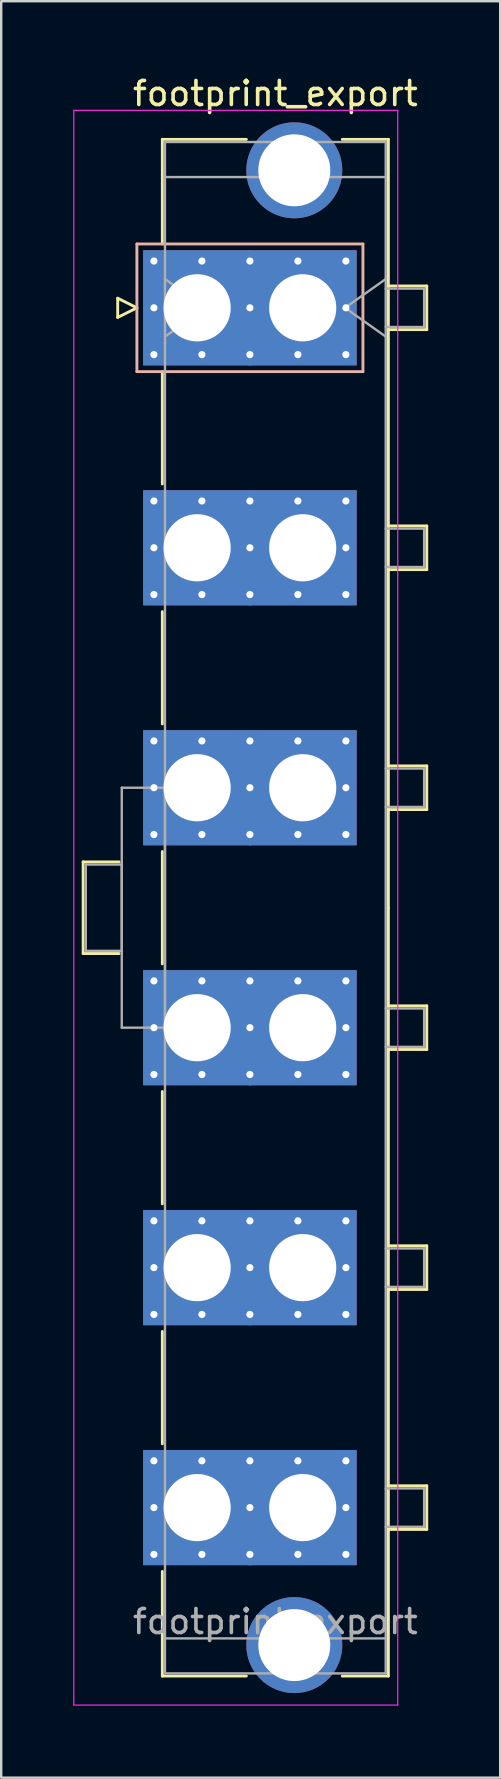
<source format=kicad_pcb>
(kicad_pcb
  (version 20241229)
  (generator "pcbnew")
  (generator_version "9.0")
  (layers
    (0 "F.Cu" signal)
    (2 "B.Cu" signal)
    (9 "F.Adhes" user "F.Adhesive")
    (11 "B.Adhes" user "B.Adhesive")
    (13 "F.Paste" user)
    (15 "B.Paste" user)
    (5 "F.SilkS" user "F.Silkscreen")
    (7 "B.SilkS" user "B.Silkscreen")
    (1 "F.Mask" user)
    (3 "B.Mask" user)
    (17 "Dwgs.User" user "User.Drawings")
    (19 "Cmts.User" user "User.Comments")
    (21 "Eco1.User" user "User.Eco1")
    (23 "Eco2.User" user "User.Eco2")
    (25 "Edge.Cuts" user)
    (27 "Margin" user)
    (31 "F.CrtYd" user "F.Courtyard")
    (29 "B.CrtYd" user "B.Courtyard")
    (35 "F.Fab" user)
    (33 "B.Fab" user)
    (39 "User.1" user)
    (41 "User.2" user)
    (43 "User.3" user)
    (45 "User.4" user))
  (footprint "footprint_export"
    (layer "F.Cu")
    (at 5.165 9.778)
    (property "Reference" "footprint_export" (at 3.26 -8.93 0) (layer "F.SilkS") (effects (font (size 1 1) (thickness 0.15))))
    (attr through_hole)
    (fp_line (start -4.75 23.09) (end -4.75 26.91) (stroke (width 0.12) (type solid)) (layer "F.SilkS"))
    (fp_line (start -4.75 26.91) (end -3.25 26.91) (stroke (width 0.12) (type solid)) (layer "F.SilkS"))
    (fp_line (start -3.31 -0.4) (end -3.31 0.4) (stroke (width 0.12) (type solid)) (layer "F.SilkS"))
    (fp_line (start -3.31 0.4) (end -2.51 0) (stroke (width 0.12) (type solid)) (layer "F.SilkS"))
    (fp_line (start -3.25 23.09) (end -4.75 23.09) (stroke (width 0.12) (type solid)) (layer "F.SilkS"))
    (fp_line (start -2.51 0) (end -3.31 -0.4) (stroke (width 0.12) (type solid)) (layer "F.SilkS"))
    (fp_line (start -1.45 -7.02) (end 2.05 -7.02) (stroke (width 0.12) (type solid)) (layer "F.SilkS"))
    (fp_line (start -1.45 -2.66) (end -1.45 -7.02) (stroke (width 0.12) (type solid)) (layer "F.SilkS"))
    (fp_line (start -1.45 2.66) (end -1.45 7.34) (stroke (width 0.12) (type solid)) (layer "F.SilkS"))
    (fp_line (start -1.45 12.66) (end -1.45 17.34) (stroke (width 0.12) (type solid)) (layer "F.SilkS"))
    (fp_line (start -1.45 22.66) (end -1.45 27.34) (stroke (width 0.12) (type solid)) (layer "F.SilkS"))
    (fp_line (start -1.45 32.66) (end -1.45 37.34) (stroke (width 0.12) (type solid)) (layer "F.SilkS"))
    (fp_line (start -1.45 42.66) (end -1.45 47.34) (stroke (width 0.12) (type solid)) (layer "F.SilkS"))
    (fp_line (start -1.45 52.66) (end -1.45 57.02) (stroke (width 0.12) (type solid)) (layer "F.SilkS"))
    (fp_line (start -1.45 57.02) (end 2.05 57.02) (stroke (width 0.12) (type solid)) (layer "F.SilkS"))
    (fp_line (start 6.05 -7.02) (end 7.97 -7.02) (stroke (width 0.12) (type solid)) (layer "F.SilkS"))
    (fp_line (start 6.05 57.02) (end 7.97 57.02) (stroke (width 0.12) (type solid)) (layer "F.SilkS"))
    (fp_line (start 7.97 -7.02) (end 7.97 25) (stroke (width 0.12) (type solid)) (layer "F.SilkS"))
    (fp_line (start 7.97 -0.91) (end 9.57 -0.91) (stroke (width 0.12) (type solid)) (layer "F.SilkS"))
    (fp_line (start 7.97 9.09) (end 9.57 9.09) (stroke (width 0.12) (type solid)) (layer "F.SilkS"))
    (fp_line (start 7.97 19.09) (end 9.57 19.09) (stroke (width 0.12) (type solid)) (layer "F.SilkS"))
    (fp_line (start 7.97 29.09) (end 9.57 29.09) (stroke (width 0.12) (type solid)) (layer "F.SilkS"))
    (fp_line (start 7.97 39.09) (end 9.57 39.09) (stroke (width 0.12) (type solid)) (layer "F.SilkS"))
    (fp_line (start 7.97 49.09) (end 9.57 49.09) (stroke (width 0.12) (type solid)) (layer "F.SilkS"))
    (fp_line (start 7.97 57.02) (end 7.97 25) (stroke (width 0.12) (type solid)) (layer "F.SilkS"))
    (fp_line (start 9.57 -0.91) (end 9.57 0.91) (stroke (width 0.12) (type solid)) (layer "F.SilkS"))
    (fp_line (start 9.57 0.91) (end 7.97 0.91) (stroke (width 0.12) (type solid)) (layer "F.SilkS"))
    (fp_line (start 9.57 9.09) (end 9.57 10.91) (stroke (width 0.12) (type solid)) (layer "F.SilkS"))
    (fp_line (start 9.57 10.91) (end 7.97 10.91) (stroke (width 0.12) (type solid)) (layer "F.SilkS"))
    (fp_line (start 9.57 19.09) (end 9.57 20.91) (stroke (width 0.12) (type solid)) (layer "F.SilkS"))
    (fp_line (start 9.57 20.91) (end 7.97 20.91) (stroke (width 0.12) (type solid)) (layer "F.SilkS"))
    (fp_line (start 9.57 29.09) (end 9.57 30.91) (stroke (width 0.12) (type solid)) (layer "F.SilkS"))
    (fp_line (start 9.57 30.91) (end 7.97 30.91) (stroke (width 0.12) (type solid)) (layer "F.SilkS"))
    (fp_line (start 9.57 39.09) (end 9.57 40.91) (stroke (width 0.12) (type solid)) (layer "F.SilkS"))
    (fp_line (start 9.57 40.91) (end 7.97 40.91) (stroke (width 0.12) (type solid)) (layer "F.SilkS"))
    (fp_line (start 9.57 49.09) (end 9.57 50.91) (stroke (width 0.12) (type solid)) (layer "F.SilkS"))
    (fp_line (start 9.57 50.91) (end 7.97 50.91) (stroke (width 0.12) (type solid)) (layer "F.SilkS"))
    (fp_line (start -2.51 -2.66) (end -2.51 2.66) (stroke (width 0.12) (type solid)) (layer "B.SilkS"))
    (fp_line (start -2.51 2.66) (end 6.91 2.66) (stroke (width 0.12) (type solid)) (layer "B.SilkS"))
    (fp_line (start 6.91 -2.66) (end -2.51 -2.66) (stroke (width 0.12) (type solid)) (layer "B.SilkS"))
    (fp_line (start 6.91 2.66) (end 6.91 -2.66) (stroke (width 0.12) (type solid)) (layer "B.SilkS"))
    (fp_line (start -5.14 -8.23) (end -5.14 58.23) (stroke (width 0.05) (type solid)) (layer "F.CrtYd"))
    (fp_line (start -5.14 58.23) (end 8.36 58.23) (stroke (width 0.05) (type solid)) (layer "F.CrtYd"))
    (fp_line (start 8.36 -8.23) (end -5.14 -8.23) (stroke (width 0.05) (type solid)) (layer "F.CrtYd"))
    (fp_line (start 8.36 58.23) (end 8.36 -8.23) (stroke (width 0.05) (type solid)) (layer "F.CrtYd"))
    (fp_line (start -4.64 23.2) (end -3.14 23.2) (stroke (width 0.1) (type solid)) (layer "F.Fab"))
    (fp_line (start -4.64 26.8) (end -4.64 23.2) (stroke (width 0.1) (type solid)) (layer "F.Fab"))
    (fp_line (start -3.14 20) (end -1.34 20) (stroke (width 0.1) (type solid)) (layer "F.Fab"))
    (fp_line (start -3.14 23.2) (end -3.14 26.8) (stroke (width 0.1) (type solid)) (layer "F.Fab"))
    (fp_line (start -3.14 26.8) (end -4.64 26.8) (stroke (width 0.1) (type solid)) (layer "F.Fab"))
    (fp_line (start -3.14 30) (end -3.14 20) (stroke (width 0.1) (type solid)) (layer "F.Fab"))
    (fp_line (start -1.34 -6.91) (end -1.34 56.91) (stroke (width 0.1) (type solid)) (layer "F.Fab"))
    (fp_line (start -1.34 -5.45) (end 7.86 -5.45) (stroke (width 0.1) (type solid)) (layer "F.Fab"))
    (fp_line (start -1.34 -1.2) (end 0.357 0) (stroke (width 0.1) (type solid)) (layer "F.Fab"))
    (fp_line (start -1.34 20) (end -1.34 30) (stroke (width 0.1) (type solid)) (layer "F.Fab"))
    (fp_line (start -1.34 30) (end -3.14 30) (stroke (width 0.1) (type solid)) (layer "F.Fab"))
    (fp_line (start -1.34 55.45) (end 7.86 55.45) (stroke (width 0.1) (type solid)) (layer "F.Fab"))
    (fp_line (start -1.34 56.91) (end 7.86 56.91) (stroke (width 0.1) (type solid)) (layer "F.Fab"))
    (fp_line (start 0.357 0) (end -1.34 1.2) (stroke (width 0.1) (type solid)) (layer "F.Fab"))
    (fp_line (start 6.163 0) (end 7.86 1.2) (stroke (width 0.1) (type solid)) (layer "F.Fab"))
    (fp_line (start 7.86 -6.91) (end -1.34 -6.91) (stroke (width 0.1) (type solid)) (layer "F.Fab"))
    (fp_line (start 7.86 -1.2) (end 6.163 0) (stroke (width 0.1) (type solid)) (layer "F.Fab"))
    (fp_line (start 7.86 -0.8) (end 9.46 -0.8) (stroke (width 0.1) (type solid)) (layer "F.Fab"))
    (fp_line (start 7.86 9.2) (end 9.46 9.2) (stroke (width 0.1) (type solid)) (layer "F.Fab"))
    (fp_line (start 7.86 19.2) (end 9.46 19.2) (stroke (width 0.1) (type solid)) (layer "F.Fab"))
    (fp_line (start 7.86 29.2) (end 9.46 29.2) (stroke (width 0.1) (type solid)) (layer "F.Fab"))
    (fp_line (start 7.86 39.2) (end 9.46 39.2) (stroke (width 0.1) (type solid)) (layer "F.Fab"))
    (fp_line (start 7.86 49.2) (end 9.46 49.2) (stroke (width 0.1) (type solid)) (layer "F.Fab"))
    (fp_line (start 7.86 56.91) (end 7.86 -6.91) (stroke (width 0.1) (type solid)) (layer "F.Fab"))
    (fp_line (start 9.46 -0.8) (end 9.46 0.8) (stroke (width 0.1) (type solid)) (layer "F.Fab"))
    (fp_line (start 9.46 0.8) (end 7.86 0.8) (stroke (width 0.1) (type solid)) (layer "F.Fab"))
    (fp_line (start 9.46 9.2) (end 9.46 10.8) (stroke (width 0.1) (type solid)) (layer "F.Fab"))
    (fp_line (start 9.46 10.8) (end 7.86 10.8) (stroke (width 0.1) (type solid)) (layer "F.Fab"))
    (fp_line (start 9.46 19.2) (end 9.46 20.8) (stroke (width 0.1) (type solid)) (layer "F.Fab"))
    (fp_line (start 9.46 20.8) (end 7.86 20.8) (stroke (width 0.1) (type solid)) (layer "F.Fab"))
    (fp_line (start 9.46 29.2) (end 9.46 30.8) (stroke (width 0.1) (type solid)) (layer "F.Fab"))
    (fp_line (start 9.46 30.8) (end 7.86 30.8) (stroke (width 0.1) (type solid)) (layer "F.Fab"))
    (fp_line (start 9.46 39.2) (end 9.46 40.8) (stroke (width 0.1) (type solid)) (layer "F.Fab"))
    (fp_line (start 9.46 40.8) (end 7.86 40.8) (stroke (width 0.1) (type solid)) (layer "F.Fab"))
    (fp_line (start 9.46 49.2) (end 9.46 50.8) (stroke (width 0.1) (type solid)) (layer "F.Fab"))
    (fp_line (start 9.46 50.8) (end 7.86 50.8) (stroke (width 0.1) (type solid)) (layer "F.Fab"))
    (fp_text user "${REFERENCE}" (at 3.26 54.75 0) (layer "F.Fab") (effects (font (size 1 1) (thickness 0.15))))
    (pad "" thru_hole circle (at 4.05 -5.73) (size 4 4) (drill 3) (layers "*.Cu" "*.Mask"))
    (pad "" thru_hole circle (at 4.05 55.73) (size 4 4) (drill 3) (layers "*.Cu" "*.Mask"))
    (pad "1" thru_hole roundrect (at -1.8 -1.95) (size 0.6 0.6) (drill 0.3) (layers "*.Cu" "*.Mask") (roundrect_rratio 0.25))
    (pad "1" thru_hole roundrect (at -1.8 0) (size 0.6 0.6) (drill 0.3) (layers "*.Cu" "*.Mask") (roundrect_rratio 0.25))
    (pad "1" thru_hole roundrect (at -1.8 1.95) (size 0.6 0.6) (drill 0.3) (layers "*.Cu" "*.Mask") (roundrect_rratio 0.25))
    (pad "1" thru_hole rect (at 0 0) (size 4.5 4.8) (drill 2.8) (layers "*.Cu" "*.Mask"))
    (pad "1" thru_hole roundrect (at 0.2 -1.95) (size 0.6 0.6) (drill 0.3) (layers "*.Cu" "*.Mask") (roundrect_rratio 0.25))
    (pad "1" thru_hole roundrect (at 0.2 1.95) (size 0.6 0.6) (drill 0.3) (layers "*.Cu" "*.Mask") (roundrect_rratio 0.25))
    (pad "1" thru_hole roundrect (at 2.2 -1.95) (size 0.6 0.6) (drill 0.3) (layers "*.Cu" "*.Mask") (roundrect_rratio 0.25))
    (pad "1" thru_hole roundrect (at 2.2 0) (size 0.6 0.6) (drill 0.3) (layers "*.Cu" "*.Mask") (roundrect_rratio 0.25))
    (pad "1" thru_hole roundrect (at 2.2 1.95) (size 0.6 0.6) (drill 0.3) (layers "*.Cu" "*.Mask") (roundrect_rratio 0.25))
    (pad "1" thru_hole roundrect (at 4.2 -1.95) (size 0.6 0.6) (drill 0.3) (layers "*.Cu" "*.Mask") (roundrect_rratio 0.25))
    (pad "1" thru_hole roundrect (at 4.2 1.95) (size 0.6 0.6) (drill 0.3) (layers "*.Cu" "*.Mask") (roundrect_rratio 0.25))
    (pad "1" thru_hole rect (at 4.4 0) (size 4.5 4.8) (drill 2.8) (layers "*.Cu" "*.Mask"))
    (pad "1" thru_hole roundrect (at 6.2 -1.95) (size 0.6 0.6) (drill 0.3) (layers "*.Cu" "*.Mask") (roundrect_rratio 0.25))
    (pad "1" thru_hole roundrect (at 6.2 0) (size 0.6 0.6) (drill 0.3) (layers "*.Cu" "*.Mask") (roundrect_rratio 0.25))
    (pad "1" thru_hole roundrect (at 6.2 1.95) (size 0.6 0.6) (drill 0.3) (layers "*.Cu" "*.Mask") (roundrect_rratio 0.25))
    (pad "2" thru_hole circle (at -1.8 8.05) (size 0.6 0.6) (drill 0.3) (layers "*.Cu" "*.Mask"))
    (pad "2" thru_hole circle (at -1.8 10) (size 0.6 0.6) (drill 0.3) (layers "*.Cu" "*.Mask"))
    (pad "2" thru_hole circle (at -1.8 11.95) (size 0.6 0.6) (drill 0.3) (layers "*.Cu" "*.Mask"))
    (pad "2" thru_hole rect (at 0 10) (size 4.5 4.8) (drill 2.8) (layers "*.Cu" "*.Mask"))
    (pad "2" thru_hole circle (at 0.2 8.05) (size 0.6 0.6) (drill 0.3) (layers "*.Cu" "*.Mask"))
    (pad "2" thru_hole circle (at 0.2 11.95) (size 0.6 0.6) (drill 0.3) (layers "*.Cu" "*.Mask"))
    (pad "2" thru_hole circle (at 2.2 8.05) (size 0.6 0.6) (drill 0.3) (layers "*.Cu" "*.Mask"))
    (pad "2" thru_hole circle (at 2.2 10) (size 0.6 0.6) (drill 0.3) (layers "*.Cu" "*.Mask"))
    (pad "2" thru_hole circle (at 2.2 11.95) (size 0.6 0.6) (drill 0.3) (layers "*.Cu" "*.Mask"))
    (pad "2" thru_hole circle (at 4.2 8.05) (size 0.6 0.6) (drill 0.3) (layers "*.Cu" "*.Mask"))
    (pad "2" thru_hole circle (at 4.2 11.95) (size 0.6 0.6) (drill 0.3) (layers "*.Cu" "*.Mask"))
    (pad "2" thru_hole rect (at 4.4 10) (size 4.5 4.8) (drill 2.8) (layers "*.Cu" "*.Mask"))
    (pad "2" thru_hole circle (at 6.2 8.05) (size 0.6 0.6) (drill 0.3) (layers "*.Cu" "*.Mask"))
    (pad "2" thru_hole circle (at 6.2 10) (size 0.6 0.6) (drill 0.3) (layers "*.Cu" "*.Mask"))
    (pad "2" thru_hole circle (at 6.2 11.95) (size 0.6 0.6) (drill 0.3) (layers "*.Cu" "*.Mask"))
    (pad "3" thru_hole circle (at -1.8 18.05) (size 0.6 0.6) (drill 0.3) (layers "*.Cu" "*.Mask"))
    (pad "3" thru_hole circle (at -1.8 20) (size 0.6 0.6) (drill 0.3) (layers "*.Cu" "*.Mask"))
    (pad "3" thru_hole circle (at -1.8 21.95) (size 0.6 0.6) (drill 0.3) (layers "*.Cu" "*.Mask"))
    (pad "3" thru_hole rect (at 0 20) (size 4.5 4.8) (drill 2.8) (layers "*.Cu" "*.Mask"))
    (pad "3" thru_hole circle (at 0.2 18.05) (size 0.6 0.6) (drill 0.3) (layers "*.Cu" "*.Mask"))
    (pad "3" thru_hole circle (at 0.2 21.95) (size 0.6 0.6) (drill 0.3) (layers "*.Cu" "*.Mask"))
    (pad "3" thru_hole circle (at 2.2 18.05) (size 0.6 0.6) (drill 0.3) (layers "*.Cu" "*.Mask"))
    (pad "3" thru_hole circle (at 2.2 20) (size 0.6 0.6) (drill 0.3) (layers "*.Cu" "*.Mask"))
    (pad "3" thru_hole circle (at 2.2 21.95) (size 0.6 0.6) (drill 0.3) (layers "*.Cu" "*.Mask"))
    (pad "3" thru_hole circle (at 4.2 18.05) (size 0.6 0.6) (drill 0.3) (layers "*.Cu" "*.Mask"))
    (pad "3" thru_hole circle (at 4.2 21.95) (size 0.6 0.6) (drill 0.3) (layers "*.Cu" "*.Mask"))
    (pad "3" thru_hole rect (at 4.4 20) (size 4.5 4.8) (drill 2.8) (layers "*.Cu" "*.Mask"))
    (pad "3" thru_hole circle (at 6.2 18.05) (size 0.6 0.6) (drill 0.3) (layers "*.Cu" "*.Mask"))
    (pad "3" thru_hole circle (at 6.2 20) (size 0.6 0.6) (drill 0.3) (layers "*.Cu" "*.Mask"))
    (pad "3" thru_hole circle (at 6.2 21.95) (size 0.6 0.6) (drill 0.3) (layers "*.Cu" "*.Mask"))
    (pad "4" thru_hole circle (at -1.8 28.05) (size 0.6 0.6) (drill 0.3) (layers "*.Cu" "*.Mask"))
    (pad "4" thru_hole circle (at -1.8 30) (size 0.6 0.6) (drill 0.3) (layers "*.Cu" "*.Mask"))
    (pad "4" thru_hole circle (at -1.8 31.95) (size 0.6 0.6) (drill 0.3) (layers "*.Cu" "*.Mask"))
    (pad "4" thru_hole rect (at 0 30) (size 4.5 4.8) (drill 2.8) (layers "*.Cu" "*.Mask"))
    (pad "4" thru_hole circle (at 0.2 28.05) (size 0.6 0.6) (drill 0.3) (layers "*.Cu" "*.Mask"))
    (pad "4" thru_hole circle (at 0.2 31.95) (size 0.6 0.6) (drill 0.3) (layers "*.Cu" "*.Mask"))
    (pad "4" thru_hole circle (at 2.2 28.05) (size 0.6 0.6) (drill 0.3) (layers "*.Cu" "*.Mask"))
    (pad "4" thru_hole circle (at 2.2 30) (size 0.6 0.6) (drill 0.3) (layers "*.Cu" "*.Mask"))
    (pad "4" thru_hole circle (at 2.2 31.95) (size 0.6 0.6) (drill 0.3) (layers "*.Cu" "*.Mask"))
    (pad "4" thru_hole circle (at 4.2 28.05) (size 0.6 0.6) (drill 0.3) (layers "*.Cu" "*.Mask"))
    (pad "4" thru_hole circle (at 4.2 31.95) (size 0.6 0.6) (drill 0.3) (layers "*.Cu" "*.Mask"))
    (pad "4" thru_hole rect (at 4.4 30) (size 4.5 4.8) (drill 2.8) (layers "*.Cu" "*.Mask"))
    (pad "4" thru_hole circle (at 6.2 28.05) (size 0.6 0.6) (drill 0.3) (layers "*.Cu" "*.Mask"))
    (pad "4" thru_hole circle (at 6.2 30) (size 0.6 0.6) (drill 0.3) (layers "*.Cu" "*.Mask"))
    (pad "4" thru_hole circle (at 6.2 31.95) (size 0.6 0.6) (drill 0.3) (layers "*.Cu" "*.Mask"))
    (pad "5" thru_hole circle (at -1.8 38.05) (size 0.6 0.6) (drill 0.3) (layers "*.Cu" "*.Mask"))
    (pad "5" thru_hole circle (at -1.8 40) (size 0.6 0.6) (drill 0.3) (layers "*.Cu" "*.Mask"))
    (pad "5" thru_hole circle (at -1.8 41.95) (size 0.6 0.6) (drill 0.3) (layers "*.Cu" "*.Mask"))
    (pad "5" thru_hole rect (at 0 40) (size 4.5 4.8) (drill 2.8) (layers "*.Cu" "*.Mask"))
    (pad "5" thru_hole circle (at 0.2 38.05) (size 0.6 0.6) (drill 0.3) (layers "*.Cu" "*.Mask"))
    (pad "5" thru_hole circle (at 0.2 41.95) (size 0.6 0.6) (drill 0.3) (layers "*.Cu" "*.Mask"))
    (pad "5" thru_hole circle (at 2.2 38.05) (size 0.6 0.6) (drill 0.3) (layers "*.Cu" "*.Mask"))
    (pad "5" thru_hole circle (at 2.2 40) (size 0.6 0.6) (drill 0.3) (layers "*.Cu" "*.Mask"))
    (pad "5" thru_hole circle (at 2.2 41.95) (size 0.6 0.6) (drill 0.3) (layers "*.Cu" "*.Mask"))
    (pad "5" thru_hole circle (at 4.2 38.05) (size 0.6 0.6) (drill 0.3) (layers "*.Cu" "*.Mask"))
    (pad "5" thru_hole circle (at 4.2 41.95) (size 0.6 0.6) (drill 0.3) (layers "*.Cu" "*.Mask"))
    (pad "5" thru_hole rect (at 4.4 40) (size 4.5 4.8) (drill 2.8) (layers "*.Cu" "*.Mask"))
    (pad "5" thru_hole circle (at 6.2 38.05) (size 0.6 0.6) (drill 0.3) (layers "*.Cu" "*.Mask"))
    (pad "5" thru_hole circle (at 6.2 40) (size 0.6 0.6) (drill 0.3) (layers "*.Cu" "*.Mask"))
    (pad "5" thru_hole circle (at 6.2 41.95) (size 0.6 0.6) (drill 0.3) (layers "*.Cu" "*.Mask"))
    (pad "6" thru_hole circle (at -1.8 48.05) (size 0.6 0.6) (drill 0.3) (layers "*.Cu" "*.Mask"))
    (pad "6" thru_hole circle (at -1.8 50) (size 0.6 0.6) (drill 0.3) (layers "*.Cu" "*.Mask"))
    (pad "6" thru_hole circle (at -1.8 51.95) (size 0.6 0.6) (drill 0.3) (layers "*.Cu" "*.Mask"))
    (pad "6" thru_hole rect (at 0 50) (size 4.5 4.8) (drill 2.8) (layers "*.Cu" "*.Mask"))
    (pad "6" thru_hole circle (at 0.2 48.05) (size 0.6 0.6) (drill 0.3) (layers "*.Cu" "*.Mask"))
    (pad "6" thru_hole circle (at 0.2 51.95) (size 0.6 0.6) (drill 0.3) (layers "*.Cu" "*.Mask"))
    (pad "6" thru_hole circle (at 2.2 48.05) (size 0.6 0.6) (drill 0.3) (layers "*.Cu" "*.Mask"))
    (pad "6" thru_hole circle (at 2.2 50) (size 0.6 0.6) (drill 0.3) (layers "*.Cu" "*.Mask"))
    (pad "6" thru_hole circle (at 2.2 51.95) (size 0.6 0.6) (drill 0.3) (layers "*.Cu" "*.Mask"))
    (pad "6" thru_hole circle (at 4.2 48.05) (size 0.6 0.6) (drill 0.3) (layers "*.Cu" "*.Mask"))
    (pad "6" thru_hole circle (at 4.2 51.95) (size 0.6 0.6) (drill 0.3) (layers "*.Cu" "*.Mask"))
    (pad "6" thru_hole rect (at 4.4 50) (size 4.5 4.8) (drill 2.8) (layers "*.Cu" "*.Mask"))
    (pad "6" thru_hole circle (at 6.2 48.05) (size 0.6 0.6) (drill 0.3) (layers "*.Cu" "*.Mask"))
    (pad "6" thru_hole circle (at 6.2 50) (size 0.6 0.6) (drill 0.3) (layers "*.Cu" "*.Mask"))
    (pad "6" thru_hole circle (at 6.2 51.95) (size 0.6 0.6) (drill 0.3) (layers "*.Cu" "*.Mask")))
  (gr_rect
    (start -3 -3)
    (end 17.795 71.033)
    (stroke (width 0.1) (type default))
    (fill no)
    (layer "Edge.Cuts")))
</source>
